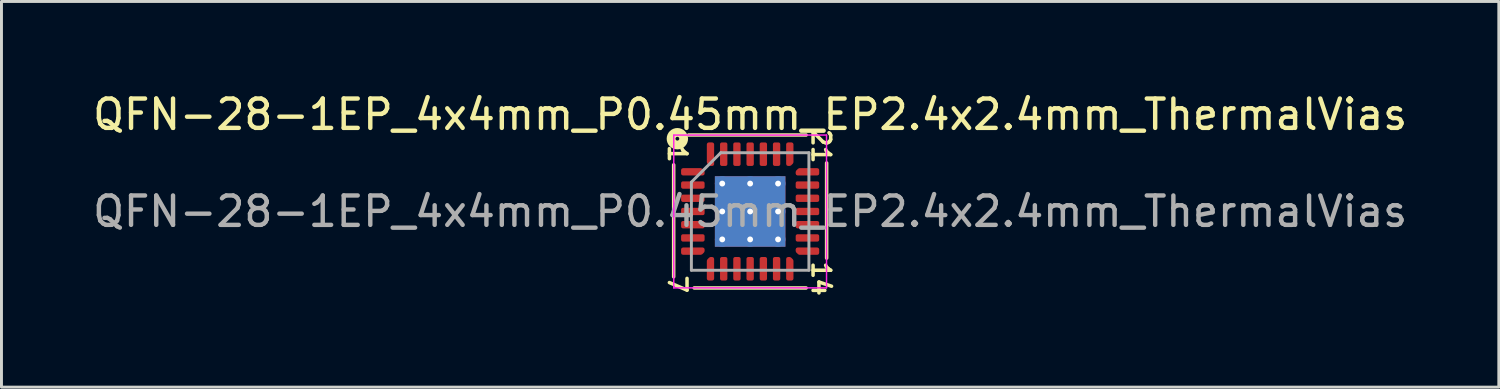
<source format=kicad_pcb>
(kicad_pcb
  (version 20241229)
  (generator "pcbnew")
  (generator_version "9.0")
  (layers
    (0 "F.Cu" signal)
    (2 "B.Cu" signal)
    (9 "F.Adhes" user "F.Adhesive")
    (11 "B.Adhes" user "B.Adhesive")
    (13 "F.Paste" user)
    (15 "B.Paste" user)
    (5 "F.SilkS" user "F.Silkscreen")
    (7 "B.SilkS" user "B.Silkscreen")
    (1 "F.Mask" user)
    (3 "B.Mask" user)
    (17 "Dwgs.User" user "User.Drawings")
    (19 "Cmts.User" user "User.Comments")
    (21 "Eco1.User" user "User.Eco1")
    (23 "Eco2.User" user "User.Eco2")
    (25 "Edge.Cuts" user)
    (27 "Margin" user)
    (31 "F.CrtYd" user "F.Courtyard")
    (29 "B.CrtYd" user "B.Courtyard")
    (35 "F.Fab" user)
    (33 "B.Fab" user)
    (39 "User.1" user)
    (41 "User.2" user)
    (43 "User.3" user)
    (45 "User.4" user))
  (footprint "QFN-28-1EP_4x4mm_P0.45mm_EP2.4x2.4mm_ThermalVias"
    (layer "F.Cu")
    (at 22.482 4.148)
    (property "Reference" "QFN-28-1EP_4x4mm_P0.45mm_EP2.4x2.4mm_ThermalVias" (at 0 -3.3 0) (layer "F.SilkS") (effects (font (size 1 1) (thickness 0.15))))
    (attr smd)
    (fp_line (start -2.603 -1.587) (end -2.603 2.223) (stroke (width 0.12) (type solid)) (layer "F.SilkS"))
    (fp_line (start -1.905 2.603) (end 1.905 2.603) (stroke (width 0.12) (type solid)) (layer "F.SilkS"))
    (fp_line (start 1.905 -2.603) (end -2.095 -2.603) (stroke (width 0.12) (type solid)) (layer "F.SilkS"))
    (fp_line (start 2.603 1.587) (end 2.603 -1.651) (stroke (width 0.12) (type solid)) (layer "F.SilkS"))
    (fp_circle (center -2.477 -2.477) (end -2.413 -2.477) (stroke (width 0.3) (type solid)) (fill no) (layer "F.SilkS"))
    (fp_line (start -2.6 -2.6) (end -2.6 2.6) (stroke (width 0.05) (type solid)) (layer "F.CrtYd"))
    (fp_line (start -2.6 2.6) (end 2.6 2.6) (stroke (width 0.05) (type solid)) (layer "F.CrtYd"))
    (fp_line (start 2.6 -2.6) (end -2.6 -2.6) (stroke (width 0.05) (type solid)) (layer "F.CrtYd"))
    (fp_line (start 2.6 2.6) (end 2.6 -2.6) (stroke (width 0.05) (type solid)) (layer "F.CrtYd"))
    (fp_line (start -2 -1) (end -1 -2) (stroke (width 0.1) (type solid)) (layer "F.Fab"))
    (fp_line (start -2 2) (end -2 -1) (stroke (width 0.1) (type solid)) (layer "F.Fab"))
    (fp_line (start -1 -2) (end 2 -2) (stroke (width 0.1) (type solid)) (layer "F.Fab"))
    (fp_line (start 2 -2) (end 2 2) (stroke (width 0.1) (type solid)) (layer "F.Fab"))
    (fp_line (start 2 2) (end -2 2) (stroke (width 0.1) (type solid)) (layer "F.Fab"))
    (fp_text user "14" (at 2.413 2.286 270) (unlocked yes) (layer "F.SilkS") (effects (font (size 0.6 0.6) (thickness 0.12))))
    (fp_text user "1" (at -2.477 -1.968 270) (unlocked yes) (layer "F.SilkS") (effects (font (size 0.6 0.6) (thickness 0.12))))
    (fp_text user "21" (at 2.413 -2.223 270) (unlocked yes) (layer "F.SilkS") (effects (font (size 0.6 0.6) (thickness 0.12))))
    (fp_text user "7" (at -2.477 2.477 270) (unlocked yes) (layer "F.SilkS") (effects (font (size 0.6 0.6) (thickness 0.12))))
    (fp_text user "${REFERENCE}" (at 0 0 0) (layer "F.Fab") (effects (font (size 1 1) (thickness 0.15))))
    (pad "" smd roundrect (at -0.6 -0.6) (size 1.04 1.04) (layers "F.Paste") (roundrect_rratio 0.24))
    (pad "" smd roundrect (at -0.6 0.6) (size 1.04 1.04) (layers "F.Paste") (roundrect_rratio 0.24))
    (pad "" smd roundrect (at 0.6 -0.6) (size 1.04 1.04) (layers "F.Paste") (roundrect_rratio 0.24))
    (pad "" smd roundrect (at 0.6 0.6) (size 1.04 1.04) (layers "F.Paste") (roundrect_rratio 0.24))
    (pad "1" smd custom (at -1.95 -1.35) (size 0.179 0.179) (layers "F.Cu" "F.Mask" "F.Paste") (options (anchor circle)) (primitives (gr_poly (pts (xy 0.338 0.001) (xy 0.338 0.062) (xy -0.338 0.062) (xy -0.338 -0.062) (xy 0.274 -0.062)) (width 0.125) (fill yes))))
    (pad "2" smd roundrect (at -1.95 -0.9) (size 0.8 0.25) (layers "F.Cu" "F.Mask" "F.Paste") (roundrect_rratio 0.25))
    (pad "3" smd roundrect (at -1.95 -0.45) (size 0.8 0.25) (layers "F.Cu" "F.Mask" "F.Paste") (roundrect_rratio 0.25))
    (pad "4" smd roundrect (at -1.95 0) (size 0.8 0.25) (layers "F.Cu" "F.Mask" "F.Paste") (roundrect_rratio 0.25))
    (pad "5" smd roundrect (at -1.95 0.45) (size 0.8 0.25) (layers "F.Cu" "F.Mask" "F.Paste") (roundrect_rratio 0.25))
    (pad "6" smd roundrect (at -1.95 0.9) (size 0.8 0.25) (layers "F.Cu" "F.Mask" "F.Paste") (roundrect_rratio 0.25))
    (pad "7" smd custom (at -1.95 1.35) (size 0.179 0.179) (layers "F.Cu" "F.Mask" "F.Paste") (options (anchor circle)) (primitives (gr_poly (pts (xy 0.338 -0.001) (xy 0.274 0.062) (xy -0.338 0.062) (xy -0.338 -0.062) (xy 0.338 -0.062)) (width 0.125) (fill yes))))
    (pad "8" smd custom (at -1.35 1.95) (size 0.179 0.179) (layers "F.Cu" "F.Mask" "F.Paste") (options (anchor circle)) (primitives (gr_poly (pts (xy 0.062 0.338) (xy -0.062 0.338) (xy -0.062 -0.274) (xy 0.001 -0.338) (xy 0.062 -0.338)) (width 0.125) (fill yes))))
    (pad "9" smd roundrect (at -0.9 1.95) (size 0.25 0.8) (layers "F.Cu" "F.Mask" "F.Paste") (roundrect_rratio 0.25))
    (pad "10" smd roundrect (at -0.45 1.95) (size 0.25 0.8) (layers "F.Cu" "F.Mask" "F.Paste") (roundrect_rratio 0.25))
    (pad "11" smd roundrect (at 0 1.95) (size 0.25 0.8) (layers "F.Cu" "F.Mask" "F.Paste") (roundrect_rratio 0.25))
    (pad "12" smd roundrect (at 0.45 1.95) (size 0.25 0.8) (layers "F.Cu" "F.Mask" "F.Paste") (roundrect_rratio 0.25))
    (pad "13" smd roundrect (at 0.9 1.95) (size 0.25 0.8) (layers "F.Cu" "F.Mask" "F.Paste") (roundrect_rratio 0.25))
    (pad "14" smd custom (at 1.35 1.95) (size 0.179 0.179) (layers "F.Cu" "F.Mask" "F.Paste") (options (anchor circle)) (primitives (gr_poly (pts (xy 0.062 -0.274) (xy 0.062 0.338) (xy -0.062 0.338) (xy -0.062 -0.338) (xy -0.001 -0.338)) (width 0.125) (fill yes))))
    (pad "15" smd custom (at 1.95 1.35) (size 0.179 0.179) (layers "F.Cu" "F.Mask" "F.Paste") (options (anchor circle)) (primitives (gr_poly (pts (xy 0.338 0.062) (xy -0.274 0.062) (xy -0.338 -0.001) (xy -0.338 -0.062) (xy 0.338 -0.062)) (width 0.125) (fill yes))))
    (pad "16" smd roundrect (at 1.95 0.9) (size 0.8 0.25) (layers "F.Cu" "F.Mask" "F.Paste") (roundrect_rratio 0.25))
    (pad "17" smd roundrect (at 1.95 0.45) (size 0.8 0.25) (layers "F.Cu" "F.Mask" "F.Paste") (roundrect_rratio 0.25))
    (pad "18" smd roundrect (at 1.95 0) (size 0.8 0.25) (layers "F.Cu" "F.Mask" "F.Paste") (roundrect_rratio 0.25))
    (pad "19" smd roundrect (at 1.95 -0.45) (size 0.8 0.25) (layers "F.Cu" "F.Mask" "F.Paste") (roundrect_rratio 0.25))
    (pad "20" smd roundrect (at 1.95 -0.9) (size 0.8 0.25) (layers "F.Cu" "F.Mask" "F.Paste") (roundrect_rratio 0.25))
    (pad "21" smd custom (at 1.95 -1.35) (size 0.179 0.179) (layers "F.Cu" "F.Mask" "F.Paste") (options (anchor circle)) (primitives (gr_poly (pts (xy 0.338 0.062) (xy -0.338 0.062) (xy -0.338 0.001) (xy -0.274 -0.062) (xy 0.338 -0.062)) (width 0.125) (fill yes))))
    (pad "22" smd custom (at 1.35 -1.95) (size 0.179 0.179) (layers "F.Cu" "F.Mask" "F.Paste") (options (anchor circle)) (primitives (gr_poly (pts (xy 0.062 0.274) (xy -0.001 0.338) (xy -0.062 0.338) (xy -0.062 -0.338) (xy 0.062 -0.338)) (width 0.125) (fill yes))))
    (pad "23" smd roundrect (at 0.9 -1.95) (size 0.25 0.8) (layers "F.Cu" "F.Mask" "F.Paste") (roundrect_rratio 0.25))
    (pad "24" smd roundrect (at 0.45 -1.95) (size 0.25 0.8) (layers "F.Cu" "F.Mask" "F.Paste") (roundrect_rratio 0.25))
    (pad "25" smd roundrect (at 0 -1.95) (size 0.25 0.8) (layers "F.Cu" "F.Mask" "F.Paste") (roundrect_rratio 0.25))
    (pad "26" smd roundrect (at -0.45 -1.95) (size 0.25 0.8) (layers "F.Cu" "F.Mask" "F.Paste") (roundrect_rratio 0.25))
    (pad "27" smd roundrect (at -0.9 -1.95) (size 0.25 0.8) (layers "F.Cu" "F.Mask" "F.Paste") (roundrect_rratio 0.25))
    (pad "28" smd custom (at -1.35 -1.95) (size 0.179 0.179) (layers "F.Cu" "F.Mask" "F.Paste") (options (anchor circle)) (primitives (gr_poly (pts (xy 0.062 0.338) (xy 0.001 0.338) (xy -0.062 0.274) (xy -0.062 -0.338) (xy 0.062 -0.338)) (width 0.125) (fill yes))))
    (pad "29" thru_hole circle (at -0.95 -0.95) (size 0.5 0.5) (drill 0.2) (layers "*.Cu"))
    (pad "29" thru_hole circle (at -0.95 0) (size 0.5 0.5) (drill 0.2) (layers "*.Cu"))
    (pad "29" thru_hole circle (at -0.95 0.95) (size 0.5 0.5) (drill 0.2) (layers "*.Cu"))
    (pad "29" thru_hole circle (at 0 -0.95) (size 0.5 0.5) (drill 0.2) (layers "*.Cu"))
    (pad "29" thru_hole circle (at 0 0) (size 0.5 0.5) (drill 0.2) (layers "*.Cu"))
    (pad "29" smd rect (at 0 0) (size 2.4 2.4) (layers "F.Cu" "F.Mask"))
    (pad "29" smd rect (at 0 0) (size 2.4 2.4) (layers "B.Cu" "B.Mask"))
    (pad "29" thru_hole circle (at 0 0.95) (size 0.5 0.5) (drill 0.2) (layers "*.Cu"))
    (pad "29" thru_hole circle (at 0.95 -0.95) (size 0.5 0.5) (drill 0.2) (layers "*.Cu"))
    (pad "29" thru_hole circle (at 0.95 0) (size 0.5 0.5) (drill 0.2) (layers "*.Cu"))
    (pad "29" thru_hole circle (at 0.95 0.95) (size 0.5 0.5) (drill 0.2) (layers "*.Cu")))
  (gr_rect
    (start -3 -3)
    (end 47.964 10.126)
    (stroke (width 0.1) (type default))
    (fill no)
    (layer "Edge.Cuts")))
</source>
